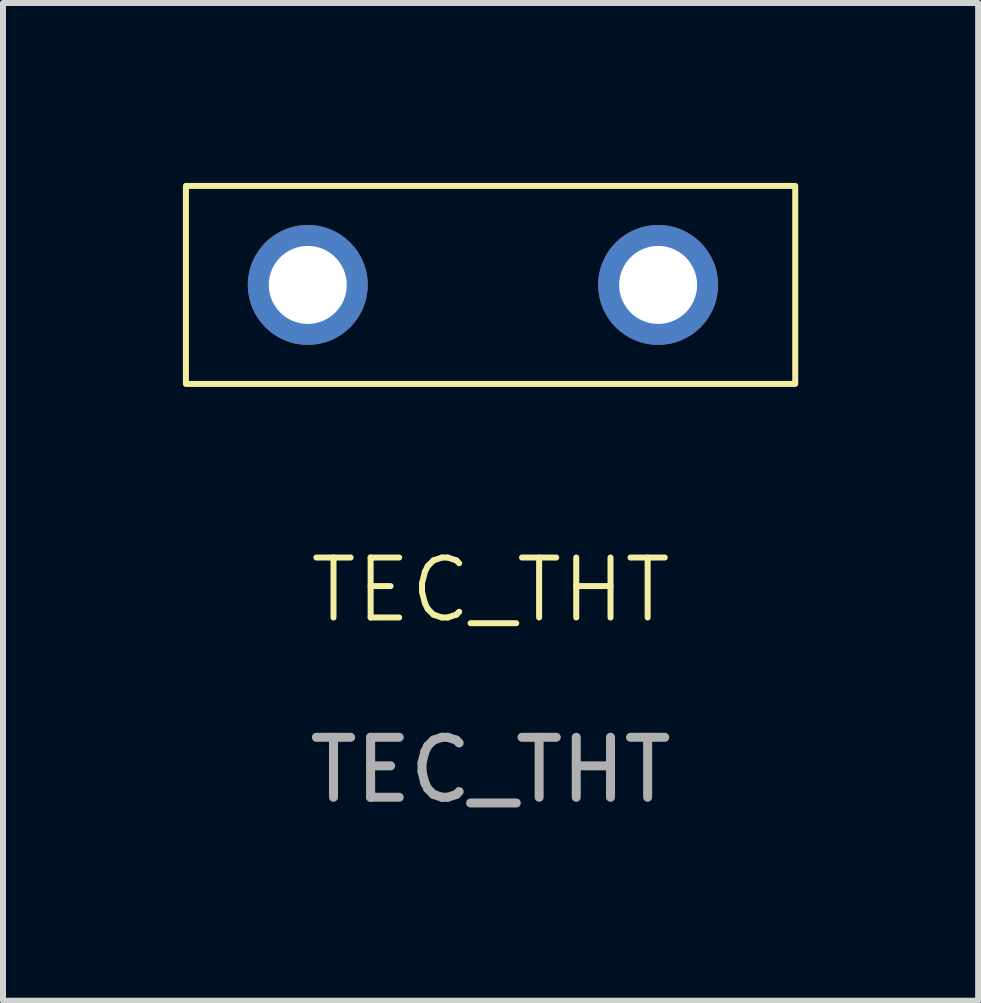
<source format=kicad_pcb>
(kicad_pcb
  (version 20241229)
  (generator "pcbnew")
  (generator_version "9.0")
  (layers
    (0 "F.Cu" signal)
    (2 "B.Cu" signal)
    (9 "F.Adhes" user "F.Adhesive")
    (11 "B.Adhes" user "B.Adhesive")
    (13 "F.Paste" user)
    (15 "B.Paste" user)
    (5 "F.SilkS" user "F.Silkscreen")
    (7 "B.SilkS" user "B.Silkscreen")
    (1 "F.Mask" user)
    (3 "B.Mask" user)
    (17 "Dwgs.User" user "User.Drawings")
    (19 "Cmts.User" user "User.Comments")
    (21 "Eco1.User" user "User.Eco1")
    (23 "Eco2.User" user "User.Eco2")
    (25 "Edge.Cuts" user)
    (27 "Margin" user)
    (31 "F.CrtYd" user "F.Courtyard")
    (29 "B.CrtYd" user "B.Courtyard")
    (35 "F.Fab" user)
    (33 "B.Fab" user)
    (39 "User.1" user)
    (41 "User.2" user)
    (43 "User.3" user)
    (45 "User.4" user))
  (footprint "TEC_THT"
    (layer "F.Cu")
    (at 5.13 7.289)
    (property "Reference" "TEC_THT" (at 0 -0.5 0) (unlocked yes) (layer "F.SilkS") (effects (font (size 1 1) (thickness 0.1))))
    (attr smd)
    (fp_rect (start -5.08 -7.239) (end 5.08 -3.937) (stroke (width 0.1) (type default)) (fill no) (layer "F.SilkS"))
    (fp_text user "${REFERENCE}" (at 0 2.5 0) (unlocked yes) (layer "F.Fab") (effects (font (size 1 1) (thickness 0.15))))
    (pad "1" thru_hole circle (at -3.048 -5.588) (size 2 2) (drill 1.3) (layers "*.Cu" "*.Mask"))
    (pad "2" thru_hole circle (at 2.794 -5.588) (size 2 2) (drill 1.3) (layers "*.Cu" "*.Mask")))
  (gr_rect
    (start -3 -3)
    (end 13.26 13.637)
    (stroke (width 0.1) (type default))
    (fill no)
    (layer "Edge.Cuts")))
</source>
